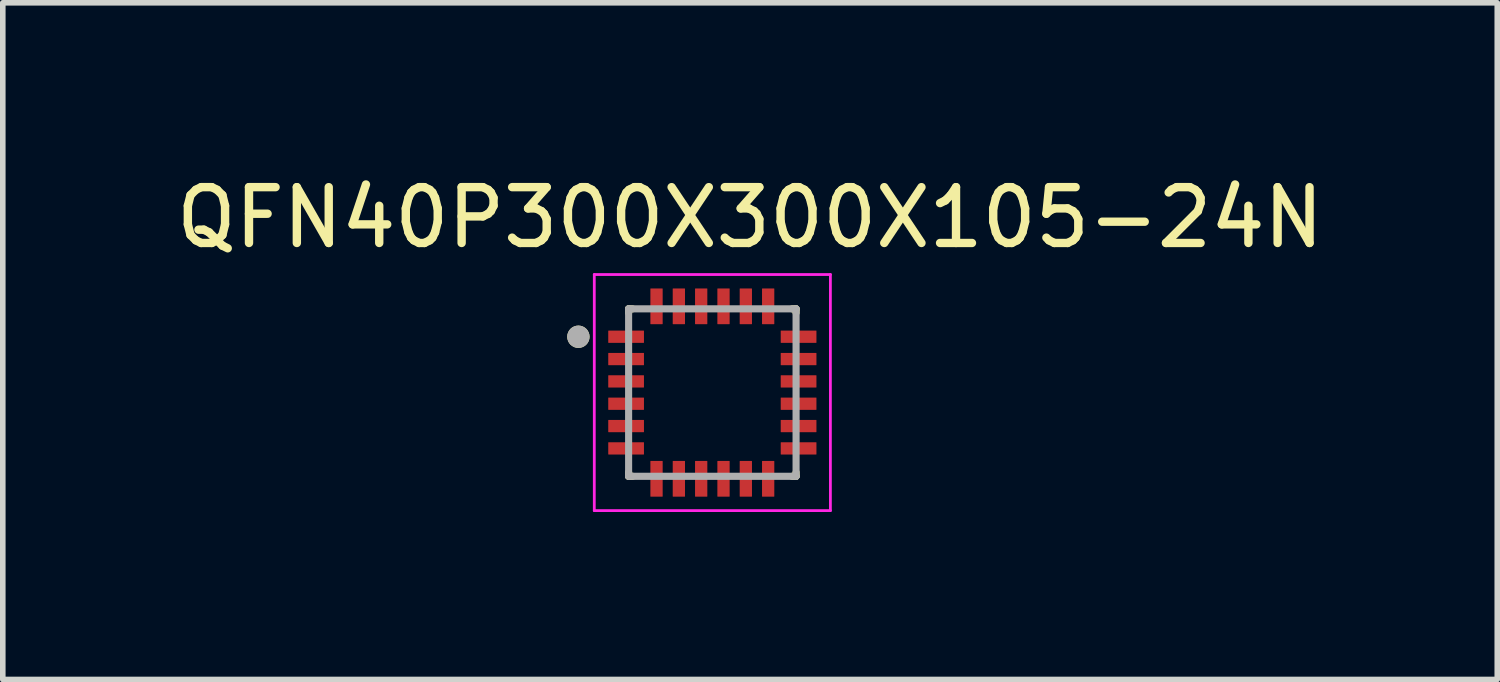
<source format=kicad_pcb>
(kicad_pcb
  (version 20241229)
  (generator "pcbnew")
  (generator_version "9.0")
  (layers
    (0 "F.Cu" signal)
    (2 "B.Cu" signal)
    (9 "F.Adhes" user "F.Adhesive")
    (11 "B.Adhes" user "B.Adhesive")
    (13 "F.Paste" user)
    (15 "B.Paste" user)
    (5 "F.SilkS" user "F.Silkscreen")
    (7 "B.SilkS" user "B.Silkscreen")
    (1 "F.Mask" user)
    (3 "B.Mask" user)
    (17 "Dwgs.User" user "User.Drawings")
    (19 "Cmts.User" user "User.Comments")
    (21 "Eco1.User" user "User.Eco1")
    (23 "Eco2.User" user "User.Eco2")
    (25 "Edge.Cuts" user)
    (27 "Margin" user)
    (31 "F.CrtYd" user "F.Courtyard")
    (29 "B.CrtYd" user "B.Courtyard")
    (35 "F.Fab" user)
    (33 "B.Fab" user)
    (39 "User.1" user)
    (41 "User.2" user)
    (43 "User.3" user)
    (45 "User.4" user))
  (footprint "QFN40P300X300X105-24N"
    (layer "F.Cu")
    (at 9.712 3.983)
    (property "Reference" "QFN40P300X300X105-24N" (at 0.675 -3.135 0) (layer "F.SilkS") (effects (font (size 1 1) (thickness 0.15))))
    (attr through_hole)
    (fp_line (start -1.5 -1.5) (end -1.5 -1.43) (stroke (width 0.127) (type solid)) (layer "F.SilkS"))
    (fp_line (start -1.5 1.43) (end -1.5 1.5) (stroke (width 0.127) (type solid)) (layer "F.SilkS"))
    (fp_line (start -1.5 1.5) (end -1.43 1.5) (stroke (width 0.127) (type solid)) (layer "F.SilkS"))
    (fp_line (start -1.43 -1.5) (end -1.5 -1.5) (stroke (width 0.127) (type solid)) (layer "F.SilkS"))
    (fp_line (start 1.43 1.5) (end 1.5 1.5) (stroke (width 0.127) (type solid)) (layer "F.SilkS"))
    (fp_line (start 1.5 -1.5) (end 1.43 -1.5) (stroke (width 0.127) (type solid)) (layer "F.SilkS"))
    (fp_line (start 1.5 -1.43) (end 1.5 -1.5) (stroke (width 0.127) (type solid)) (layer "F.SilkS"))
    (fp_line (start 1.5 1.5) (end 1.5 1.43) (stroke (width 0.127) (type solid)) (layer "F.SilkS"))
    (fp_circle (center -2.4 -1) (end -2.3 -1) (stroke (width 0.2) (type solid)) (fill no) (layer "F.SilkS"))
    (fp_line (start -2.115 -2.115) (end 2.115 -2.115) (stroke (width 0.05) (type solid)) (layer "F.CrtYd"))
    (fp_line (start -2.115 2.115) (end -2.115 -2.115) (stroke (width 0.05) (type solid)) (layer "F.CrtYd"))
    (fp_line (start 2.115 -2.115) (end 2.115 2.115) (stroke (width 0.05) (type solid)) (layer "F.CrtYd"))
    (fp_line (start 2.115 2.115) (end -2.115 2.115) (stroke (width 0.05) (type solid)) (layer "F.CrtYd"))
    (fp_line (start -1.5 -1.5) (end 1.5 -1.5) (stroke (width 0.127) (type solid)) (layer "F.Fab"))
    (fp_line (start -1.5 1.5) (end -1.5 -1.5) (stroke (width 0.127) (type solid)) (layer "F.Fab"))
    (fp_line (start 1.5 -1.5) (end 1.5 1.5) (stroke (width 0.127) (type solid)) (layer "F.Fab"))
    (fp_line (start 1.5 1.5) (end -1.5 1.5) (stroke (width 0.127) (type solid)) (layer "F.Fab"))
    (fp_circle (center -2.4 -1) (end -2.3 -1) (stroke (width 0.2) (type solid)) (fill no) (layer "F.Fab"))
    (pad "1" smd roundrect (at -1.545 -1) (size 0.64 0.22) (layers "F.Cu" "F.Mask" "F.Paste") (roundrect_rratio 0.03))
    (pad "2" smd roundrect (at -1.545 -0.6) (size 0.64 0.22) (layers "F.Cu" "F.Mask" "F.Paste") (roundrect_rratio 0.03))
    (pad "3" smd roundrect (at -1.545 -0.2) (size 0.64 0.22) (layers "F.Cu" "F.Mask" "F.Paste") (roundrect_rratio 0.03))
    (pad "4" smd roundrect (at -1.545 0.2) (size 0.64 0.22) (layers "F.Cu" "F.Mask" "F.Paste") (roundrect_rratio 0.03))
    (pad "5" smd roundrect (at -1.545 0.6) (size 0.64 0.22) (layers "F.Cu" "F.Mask" "F.Paste") (roundrect_rratio 0.03))
    (pad "6" smd roundrect (at -1.545 1) (size 0.64 0.22) (layers "F.Cu" "F.Mask" "F.Paste") (roundrect_rratio 0.03))
    (pad "7" smd roundrect (at -1 1.545 90) (size 0.64 0.22) (layers "F.Cu" "F.Mask" "F.Paste") (roundrect_rratio 0.03))
    (pad "8" smd roundrect (at -0.6 1.545 90) (size 0.64 0.22) (layers "F.Cu" "F.Mask" "F.Paste") (roundrect_rratio 0.03))
    (pad "9" smd roundrect (at -0.2 1.545 90) (size 0.64 0.22) (layers "F.Cu" "F.Mask" "F.Paste") (roundrect_rratio 0.03))
    (pad "10" smd roundrect (at 0.2 1.545 90) (size 0.64 0.22) (layers "F.Cu" "F.Mask" "F.Paste") (roundrect_rratio 0.03))
    (pad "11" smd roundrect (at 0.6 1.545 90) (size 0.64 0.22) (layers "F.Cu" "F.Mask" "F.Paste") (roundrect_rratio 0.03))
    (pad "12" smd roundrect (at 1 1.545 90) (size 0.64 0.22) (layers "F.Cu" "F.Mask" "F.Paste") (roundrect_rratio 0.03))
    (pad "13" smd roundrect (at 1.545 1 180) (size 0.64 0.22) (layers "F.Cu" "F.Mask" "F.Paste") (roundrect_rratio 0.03))
    (pad "14" smd roundrect (at 1.545 0.6 180) (size 0.64 0.22) (layers "F.Cu" "F.Mask" "F.Paste") (roundrect_rratio 0.03))
    (pad "15" smd roundrect (at 1.545 0.2 180) (size 0.64 0.22) (layers "F.Cu" "F.Mask" "F.Paste") (roundrect_rratio 0.03))
    (pad "16" smd roundrect (at 1.545 -0.2 180) (size 0.64 0.22) (layers "F.Cu" "F.Mask" "F.Paste") (roundrect_rratio 0.03))
    (pad "17" smd roundrect (at 1.545 -0.6 180) (size 0.64 0.22) (layers "F.Cu" "F.Mask" "F.Paste") (roundrect_rratio 0.03))
    (pad "18" smd roundrect (at 1.545 -1 180) (size 0.64 0.22) (layers "F.Cu" "F.Mask" "F.Paste") (roundrect_rratio 0.03))
    (pad "19" smd roundrect (at 1 -1.545 270) (size 0.64 0.22) (layers "F.Cu" "F.Mask" "F.Paste") (roundrect_rratio 0.03))
    (pad "20" smd roundrect (at 0.6 -1.545 270) (size 0.64 0.22) (layers "F.Cu" "F.Mask" "F.Paste") (roundrect_rratio 0.03))
    (pad "21" smd roundrect (at 0.2 -1.545 270) (size 0.64 0.22) (layers "F.Cu" "F.Mask" "F.Paste") (roundrect_rratio 0.03))
    (pad "22" smd roundrect (at -0.2 -1.545 270) (size 0.64 0.22) (layers "F.Cu" "F.Mask" "F.Paste") (roundrect_rratio 0.03))
    (pad "23" smd roundrect (at -0.6 -1.545 270) (size 0.64 0.22) (layers "F.Cu" "F.Mask" "F.Paste") (roundrect_rratio 0.03))
    (pad "24" smd roundrect (at -1 -1.545 270) (size 0.64 0.22) (layers "F.Cu" "F.Mask" "F.Paste") (roundrect_rratio 0.03))
    (zone (net_name "") (layer "F.Cu") (hatch full 0.508) (connect_pads) (min_thickness 0.01) (filled_areas_thickness no) (keepout (tracks not_allowed) (vias not_allowed) (pads not_allowed) (copperpour not_allowed) (footprints allowed)) (placement (enabled no)) (fill) (polygon (pts (xy 8.862 3.213) (xy 10.562 3.213) (xy 10.562 4.753) (xy 8.862 4.753))))
    (zone (net_name "") (layers "F.Cu" "B.Cu") (hatch full 0.508) (connect_pads) (min_thickness 0.01) (filled_areas_thickness no) (keepout (tracks allowed) (vias not_allowed) (pads allowed) (copperpour allowed) (footprints allowed)) (placement (enabled no)) (fill) (polygon (pts (xy 8.862 3.213) (xy 10.562 3.213) (xy 10.562 4.753) (xy 8.862 4.753)))))
  (gr_rect
    (start -3 -3)
    (end 23.774 9.123)
    (stroke (width 0.1) (type default))
    (fill no)
    (layer "Edge.Cuts")))
</source>
